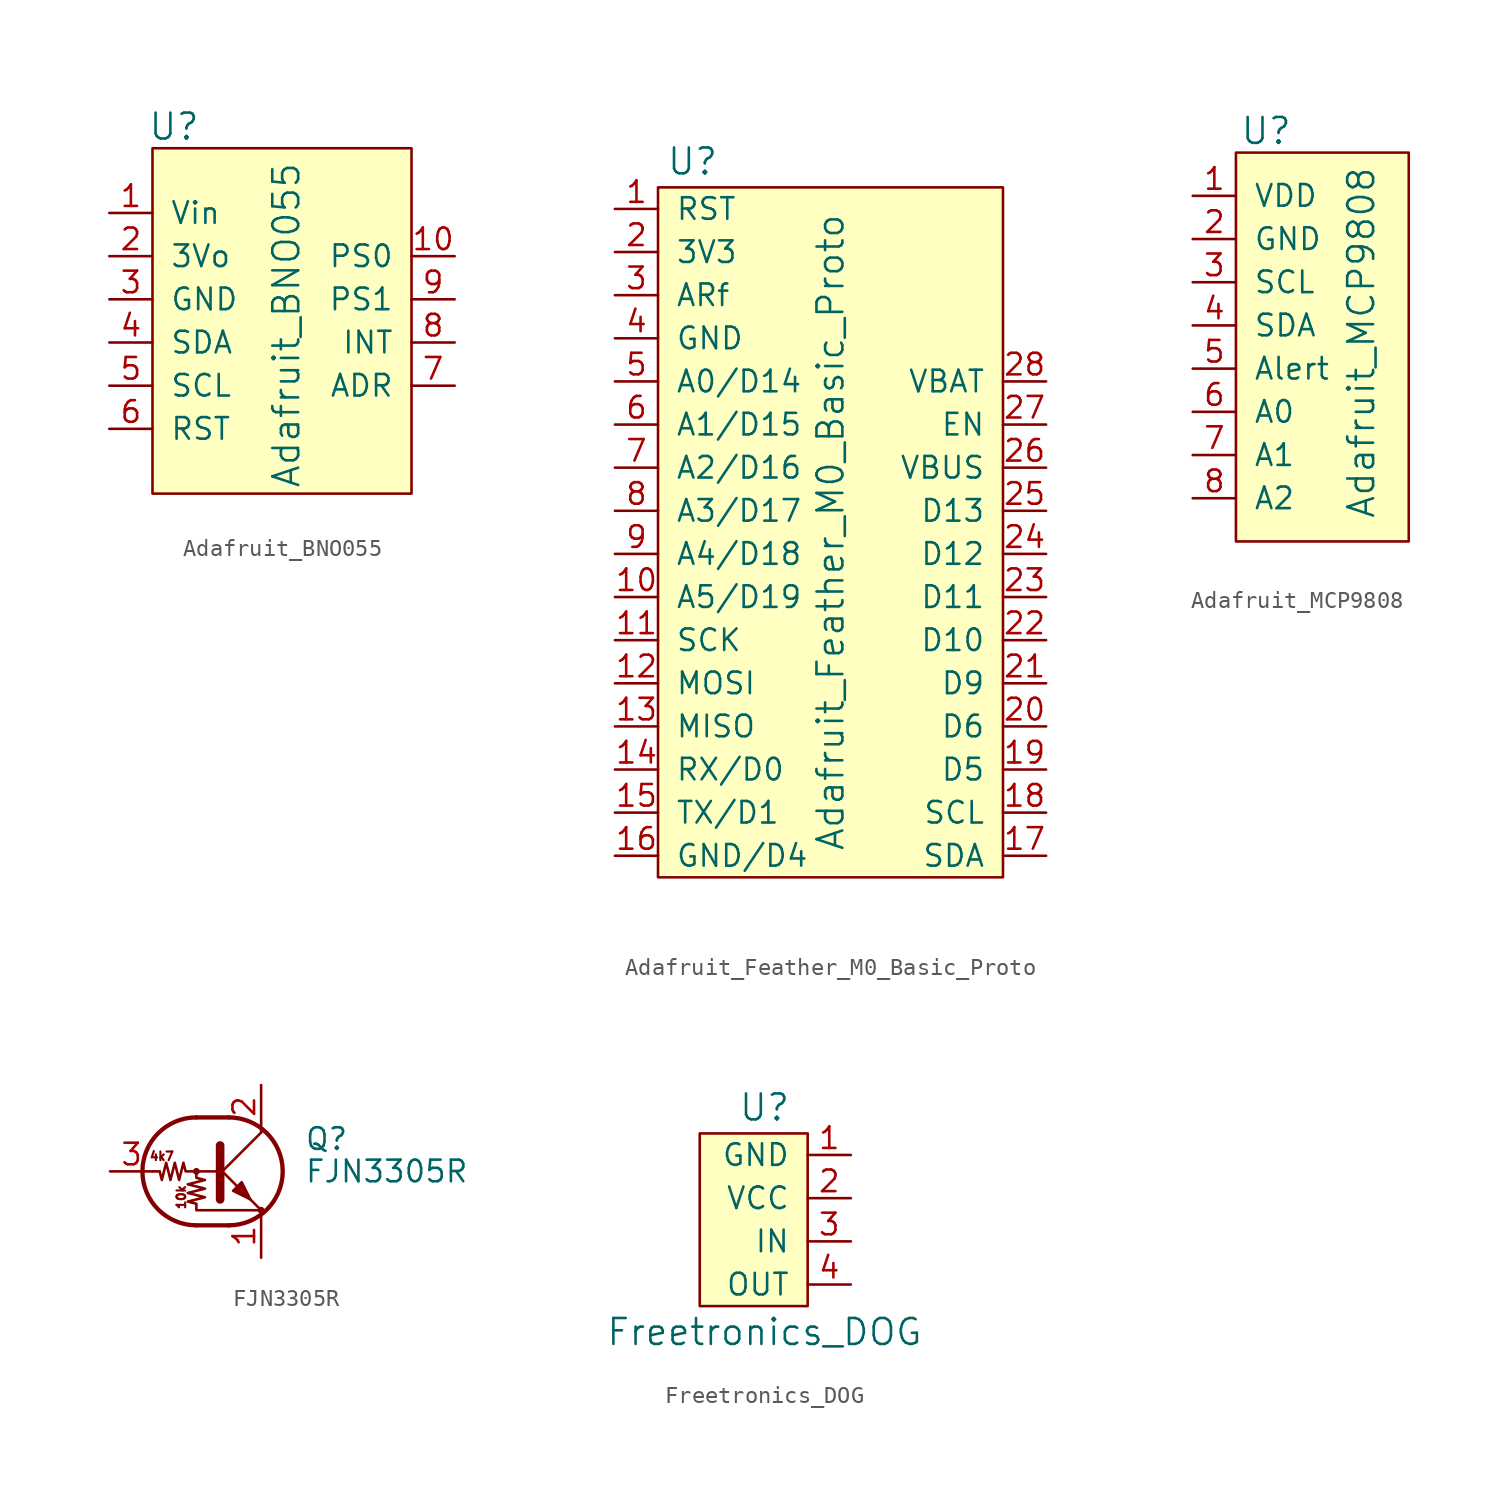
<source format=kicad_sym>
(kicad_symbol_lib
  (version 20231120)
  (generator "kicad_symbol_editor")
  (generator_version "8.0")
  (symbol "Adafruit_BNO055"
    (pin_names
      (offset 1.016))
    (property "Reference" "U"
      (at -6.35 11.43 0)
      (effects (font (size 1.524 1.524))))
    (property "Value" "Adafruit_BNO055"
      (at 0.254 -0.254 90)
      (effects (font (size 1.524 1.524))))
    (symbol "Adafruit_BNO055_0_1"
      (rectangle (start -7.62 10.16) (end 7.62 -10.16) (stroke (width 0) (type solid)) (fill (type background))))
    (symbol "Adafruit_BNO055_1_1"
      (pin power_in line (at -10.16 6.35 0) (length 2.54) (name "Vin" (effects (font (size 1.27 1.27)))) (number "1" (effects (font (size 1.27 1.27)))))
      (pin bidirectional line (at 10.16 3.81 180) (length 2.54) (name "PS0" (effects (font (size 1.27 1.27)))) (number "10" (effects (font (size 1.27 1.27)))))
      (pin power_out line (at -10.16 3.81 0) (length 2.54) (name "3Vo" (effects (font (size 1.27 1.27)))) (number "2" (effects (font (size 1.27 1.27)))))
      (pin power_in line (at -10.16 1.27 0) (length 2.54) (name "GND" (effects (font (size 1.27 1.27)))) (number "3" (effects (font (size 1.27 1.27)))))
      (pin bidirectional line (at -10.16 -1.27 0) (length 2.54) (name "SDA" (effects (font (size 1.27 1.27)))) (number "4" (effects (font (size 1.27 1.27)))))
      (pin bidirectional line (at -10.16 -3.81 0) (length 2.54) (name "SCL" (effects (font (size 1.27 1.27)))) (number "5" (effects (font (size 1.27 1.27)))))
      (pin input line (at -10.16 -6.35 0) (length 2.54) (name "RST" (effects (font (size 1.27 1.27)))) (number "6" (effects (font (size 1.27 1.27)))))
      (pin input line (at 10.16 -3.81 180) (length 2.54) (name "ADR" (effects (font (size 1.27 1.27)))) (number "7" (effects (font (size 1.27 1.27)))))
      (pin output line (at 10.16 -1.27 180) (length 2.54) (name "INT" (effects (font (size 1.27 1.27)))) (number "8" (effects (font (size 1.27 1.27)))))
      (pin bidirectional line (at 10.16 1.27 180) (length 2.54) (name "PS1" (effects (font (size 1.27 1.27)))) (number "9" (effects (font (size 1.27 1.27)))))))
  (symbol "Adafruit_Feather_M0_Basic_Proto"
    (pin_names
      (offset 1.016))
    (property "Reference" "U"
      (at -8.128 21.844 0)
      (effects (font (size 1.524 1.524))))
    (property "Value" "Adafruit_Feather_M0_Basic_Proto"
      (at 0 0 90)
      (effects (font (size 1.524 1.524))))
    (symbol "Adafruit_Feather_M0_Basic_Proto_0_1"
      (rectangle (start -10.16 20.32) (end 10.16 -20.32) (stroke (width 0) (type solid)) (fill (type background))))
    (symbol "Adafruit_Feather_M0_Basic_Proto_1_1"
      (pin input line (at -12.7 19.05 0) (length 2.54) (name "RST" (effects (font (size 1.27 1.27)))) (number "1" (effects (font (size 1.27 1.27)))))
      (pin bidirectional line (at -12.7 -3.81 0) (length 2.54) (name "A5/D19" (effects (font (size 1.27 1.27)))) (number "10" (effects (font (size 1.27 1.27)))))
      (pin output line (at -12.7 -6.35 0) (length 2.54) (name "SCK" (effects (font (size 1.27 1.27)))) (number "11" (effects (font (size 1.27 1.27)))))
      (pin output line (at -12.7 -8.89 0) (length 2.54) (name "MOSI" (effects (font (size 1.27 1.27)))) (number "12" (effects (font (size 1.27 1.27)))))
      (pin input line (at -12.7 -11.43 0) (length 2.54) (name "MISO" (effects (font (size 1.27 1.27)))) (number "13" (effects (font (size 1.27 1.27)))))
      (pin input line (at -12.7 -13.97 0) (length 2.54) (name "RX/D0" (effects (font (size 1.27 1.27)))) (number "14" (effects (font (size 1.27 1.27)))))
      (pin output line (at -12.7 -16.51 0) (length 2.54) (name "TX/D1" (effects (font (size 1.27 1.27)))) (number "15" (effects (font (size 1.27 1.27)))))
      (pin bidirectional line (at -12.7 -19.05 0) (length 2.54) (name "GND/D4" (effects (font (size 1.27 1.27)))) (number "16" (effects (font (size 1.27 1.27)))))
      (pin bidirectional line (at 12.7 -19.05 180) (length 2.54) (name "SDA" (effects (font (size 1.27 1.27)))) (number "17" (effects (font (size 1.27 1.27)))))
      (pin bidirectional line (at 12.7 -16.51 180) (length 2.54) (name "SCL" (effects (font (size 1.27 1.27)))) (number "18" (effects (font (size 1.27 1.27)))))
      (pin bidirectional line (at 12.7 -13.97 180) (length 2.54) (name "D5" (effects (font (size 1.27 1.27)))) (number "19" (effects (font (size 1.27 1.27)))))
      (pin power_out line (at -12.7 16.51 0) (length 2.54) (name "3V3" (effects (font (size 1.27 1.27)))) (number "2" (effects (font (size 1.27 1.27)))))
      (pin bidirectional line (at 12.7 -11.43 180) (length 2.54) (name "D6" (effects (font (size 1.27 1.27)))) (number "20" (effects (font (size 1.27 1.27)))))
      (pin bidirectional line (at 12.7 -8.89 180) (length 2.54) (name "D9" (effects (font (size 1.27 1.27)))) (number "21" (effects (font (size 1.27 1.27)))))
      (pin bidirectional line (at 12.7 -6.35 180) (length 2.54) (name "D10" (effects (font (size 1.27 1.27)))) (number "22" (effects (font (size 1.27 1.27)))))
      (pin bidirectional line (at 12.7 -3.81 180) (length 2.54) (name "D11" (effects (font (size 1.27 1.27)))) (number "23" (effects (font (size 1.27 1.27)))))
      (pin bidirectional line (at 12.7 -1.27 180) (length 2.54) (name "D12" (effects (font (size 1.27 1.27)))) (number "24" (effects (font (size 1.27 1.27)))))
      (pin bidirectional line (at 12.7 1.27 180) (length 2.54) (name "D13" (effects (font (size 1.27 1.27)))) (number "25" (effects (font (size 1.27 1.27)))))
      (pin power_out line (at 12.7 3.81 180) (length 2.54) (name "VBUS" (effects (font (size 1.27 1.27)))) (number "26" (effects (font (size 1.27 1.27)))))
      (pin input line (at 12.7 6.35 180) (length 2.54) (name "EN" (effects (font (size 1.27 1.27)))) (number "27" (effects (font (size 1.27 1.27)))))
      (pin power_out line (at 12.7 8.89 180) (length 2.54) (name "VBAT" (effects (font (size 1.27 1.27)))) (number "28" (effects (font (size 1.27 1.27)))))
      (pin power_in line (at -12.7 13.97 0) (length 2.54) (name "ARf" (effects (font (size 1.27 1.27)))) (number "3" (effects (font (size 1.27 1.27)))))
      (pin power_out line (at -12.7 11.43 0) (length 2.54) (name "GND" (effects (font (size 1.27 1.27)))) (number "4" (effects (font (size 1.27 1.27)))))
      (pin bidirectional line (at -12.7 8.89 0) (length 2.54) (name "A0/D14" (effects (font (size 1.27 1.27)))) (number "5" (effects (font (size 1.27 1.27)))))
      (pin bidirectional line (at -12.7 6.35 0) (length 2.54) (name "A1/D15" (effects (font (size 1.27 1.27)))) (number "6" (effects (font (size 1.27 1.27)))))
      (pin bidirectional line (at -12.7 3.81 0) (length 2.54) (name "A2/D16" (effects (font (size 1.27 1.27)))) (number "7" (effects (font (size 1.27 1.27)))))
      (pin bidirectional line (at -12.7 1.27 0) (length 2.54) (name "A3/D17" (effects (font (size 1.27 1.27)))) (number "8" (effects (font (size 1.27 1.27)))))
      (pin bidirectional line (at -12.7 -1.27 0) (length 2.54) (name "A4/D18" (effects (font (size 1.27 1.27)))) (number "9" (effects (font (size 1.27 1.27)))))))
  (symbol "Adafruit_MCP9808"
    (pin_names
      (offset 1.016))
    (property "Reference" "U"
      (at -3.302 12.7 0)
      (effects (font (size 1.524 1.524))))
    (property "Value" "Adafruit_MCP9808"
      (at 2.286 0.254 90)
      (effects (font (size 1.524 1.524))))
    (symbol "Adafruit_MCP9808_0_1"
      (rectangle (start -5.08 11.43) (end 5.08 -11.43) (stroke (width 0) (type solid)) (fill (type background))))
    (symbol "Adafruit_MCP9808_1_1"
      (pin power_in line (at -7.62 8.89 0) (length 2.54) (name "VDD" (effects (font (size 1.27 1.27)))) (number "1" (effects (font (size 1.27 1.27)))))
      (pin power_in line (at -7.62 6.35 0) (length 2.54) (name "GND" (effects (font (size 1.27 1.27)))) (number "2" (effects (font (size 1.27 1.27)))))
      (pin bidirectional line (at -7.62 3.81 0) (length 2.54) (name "SCL" (effects (font (size 1.27 1.27)))) (number "3" (effects (font (size 1.27 1.27)))))
      (pin bidirectional line (at -7.62 1.27 0) (length 2.54) (name "SDA" (effects (font (size 1.27 1.27)))) (number "4" (effects (font (size 1.27 1.27)))))
      (pin output line (at -7.62 -1.27 0) (length 2.54) (name "Alert" (effects (font (size 1.27 1.27)))) (number "5" (effects (font (size 1.27 1.27)))))
      (pin input line (at -7.62 -3.81 0) (length 2.54) (name "A0" (effects (font (size 1.27 1.27)))) (number "6" (effects (font (size 1.27 1.27)))))
      (pin input line (at -7.62 -6.35 0) (length 2.54) (name "A1" (effects (font (size 1.27 1.27)))) (number "7" (effects (font (size 1.27 1.27)))))
      (pin input line (at -7.62 -8.89 0) (length 2.54) (name "A2" (effects (font (size 1.27 1.27)))) (number "8" (effects (font (size 1.27 1.27)))))))
  (symbol "FJN3305R"
    (pin_names
      (offset 0) hide)
    (property "Reference" "Q"
      (at 5.08 1.905 0)
      (effects (font (size 1.27 1.27)) (justify left)))
    (property "Value" "FJN3305R"
      (at 5.08 0 0)
      (effects (font (size 1.27 1.27)) (justify left)))
    (symbol "FJN3305R_0_0"
      (text "10k" (at -2.159 -1.524 900) (effects (font (size 0.508 0.508))))
      (text "4k7" (at -3.302 0.889 0) (effects (font (size 0.508 0.508)))))
    (symbol "FJN3305R_0_1"
      (circle (center -1.27 0) (radius 0.127) (stroke (width 0) (type solid)) (fill (type none)))
      (arc (start -1.27 3.175) (mid -4.445 0) (end -1.27 -3.175) (stroke (width 0.254) (type solid)) (fill (type none)))
      (polyline (pts (xy -3.429 0) (xy -3.81 0)) (stroke (width 0) (type solid)) (fill (type none)))
      (polyline (pts (xy -1.27 -3.175) (xy 0.635 -3.175)) (stroke (width 0.254) (type solid)) (fill (type none)))
      (polyline (pts (xy -1.27 3.175) (xy 0.635 3.175)) (stroke (width 0.254) (type solid)) (fill (type none)))
      (polyline (pts (xy 0 -0.254) (xy 2.54 2.286)) (stroke (width 0) (type solid)) (fill (type none)))
      (polyline (pts (xy 0.127 1.524) (xy 0.127 -1.651)) (stroke (width 0.508) (type solid)) (fill (type outline)))
      (polyline (pts (xy 2.54 2.286) (xy 2.54 2.54)) (stroke (width 0) (type solid)) (fill (type none)))
      (polyline (pts (xy 2.54 -2.286) (xy 0 0.254) (xy 0 0.254)) (stroke (width 0) (type solid)) (fill (type none)))
      (polyline (pts (xy 0.889 -1.143) (xy 1.397 -0.635) (xy 1.905 -1.651) (xy 0.889 -1.143)) (stroke (width 0) (type solid)) (fill (type outline)))
      (polyline (pts (xy 0 0) (xy -1.905 0) (xy -2.032 0.508) (xy -2.286 -0.508) (xy -2.54 0.508) (xy -2.794 -0.508) (xy -3.048 0.508) (xy -3.302 -0.508) (xy -3.429 0)) (stroke (width 0) (type solid)) (fill (type none)))
      (polyline (pts (xy -1.27 0) (xy -1.27 -0.381) (xy -0.762 -0.508) (xy -1.778 -0.762) (xy -0.762 -1.016) (xy -1.778 -1.27) (xy -0.762 -1.524) (xy -1.778 -1.778) (xy -1.27 -1.905) (xy -1.27 -2.286) (xy 2.54 -2.286)) (stroke (width 0) (type solid)) (fill (type none)))
      (arc (start 0.635 -3.175) (mid 3.81 0) (end 0.635 3.175) (stroke (width 0.254) (type solid)) (fill (type none)))
      (circle (center 2.54 -2.286) (radius 0.127) (stroke (width 0) (type solid)) (fill (type none))))
    (symbol "FJN3305R_1_1"
      (pin passive line (at 2.54 -5.08 90) (length 2.54) (name "E" (effects (font (size 1.27 1.27)))) (number "1" (effects (font (size 1.27 1.27)))))
      (pin passive line (at 2.54 5.08 270) (length 2.54) (name "C" (effects (font (size 1.27 1.27)))) (number "2" (effects (font (size 1.27 1.27)))))
      (pin input line (at -6.35 0 0) (length 2.54) (name "B" (effects (font (size 1.27 1.27)))) (number "3" (effects (font (size 1.27 1.27)))))))
  (symbol "Freetronics_DOG"
    (pin_names
      (offset 1.016))
    (property "Reference" "U"
      (at 0 6.604 0)
      (effects (font (size 1.524 1.524))))
    (property "Value" "Freetronics_DOG"
      (at 0 -6.604 0)
      (effects (font (size 1.524 1.524))))
    (symbol "Freetronics_DOG_0_1"
      (rectangle (start 2.54 5.08) (end -3.81 -5.08) (stroke (width 0) (type solid)) (fill (type background))))
    (symbol "Freetronics_DOG_1_1"
      (pin power_in line (at 5.08 3.81 180) (length 2.54) (name "GND" (effects (font (size 1.27 1.27)))) (number "1" (effects (font (size 1.27 1.27)))))
      (pin power_in line (at 5.08 1.27 180) (length 2.54) (name "VCC" (effects (font (size 1.27 1.27)))) (number "2" (effects (font (size 1.27 1.27)))))
      (pin input line (at 5.08 -1.27 180) (length 2.54) (name "IN" (effects (font (size 1.27 1.27)))) (number "3" (effects (font (size 1.27 1.27)))))
      (pin output line (at 5.08 -3.81 180) (length 2.54) (name "OUT" (effects (font (size 1.27 1.27)))) (number "4" (effects (font (size 1.27 1.27))))))))
</source>
